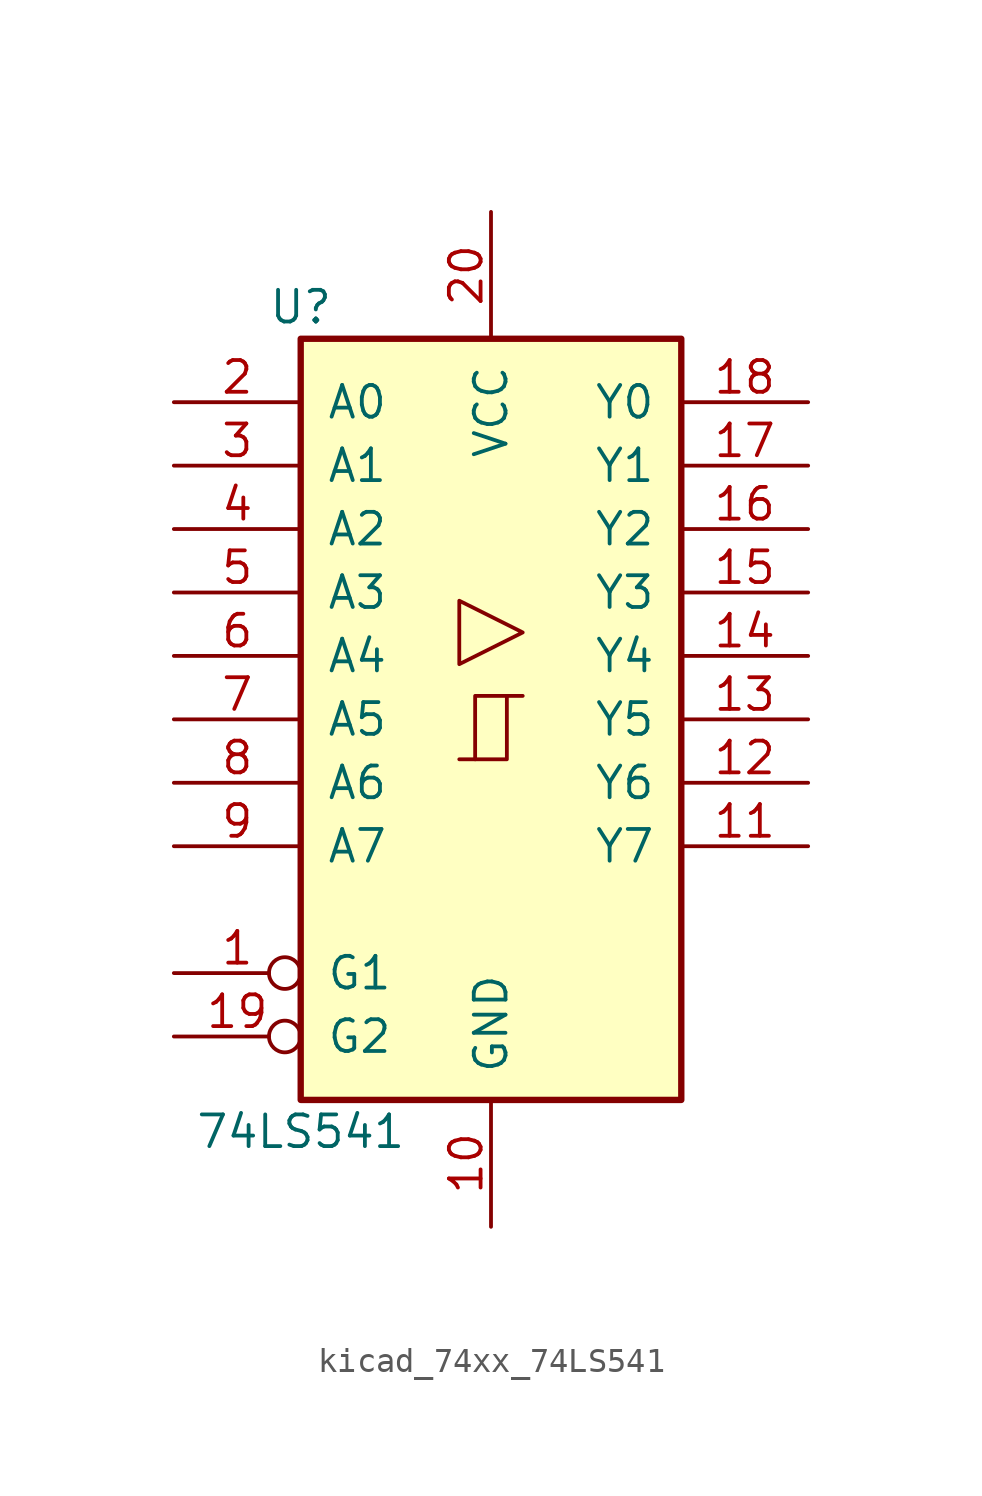
<source format=kicad_sym>
(kicad_symbol_lib
  (version 20220914)
  (generator kicad_symbol_editor)
  (symbol "kicad_74xx_74LS541"
    (pin_names
      (offset 1.016))
    (property "Reference" "U"
      (at -7.62 16.51 0)
      (effects (font (size 1.27 1.27))))
    (property "Value" "74LS541"
      (at -7.62 -16.51 0)
      (effects (font (size 1.27 1.27))))
    (property "ki_locked" ""
      (at 0 0 0)
      (effects (font (size 1.27 1.27))))
    (symbol "kicad_74xx_74LS541_1_0"
      (polyline (pts (xy -0.635 -1.6) (xy -0.635 0.94) (xy 0.635 0.94)) (stroke (width 0) (type default)) (fill (type none)))
      (polyline (pts (xy -1.27 -1.6) (xy 0.635 -1.6) (xy 0.635 0.94) (xy 1.27 0.94)) (stroke (width 0) (type default)) (fill (type none)))
      (polyline (pts (xy 1.27 3.48) (xy -1.27 4.75) (xy -1.27 2.21) (xy 1.27 3.48)) (stroke (width 0.152) (type default)) (fill (type none)))
      (pin input inverted (at -12.7 -10.16 0) (length 5.08) (name "G1" (effects (font (size 1.27 1.27)))) (number "1" (effects (font (size 1.27 1.27)))))
      (pin power_in line (at 0 -20.32 90) (length 5.08) (name "GND" (effects (font (size 1.27 1.27)))) (number "10" (effects (font (size 1.27 1.27)))))
      (pin tri_state line (at 12.7 -5.08 180) (length 5.08) (name "Y7" (effects (font (size 1.27 1.27)))) (number "11" (effects (font (size 1.27 1.27)))))
      (pin tri_state line (at 12.7 -2.54 180) (length 5.08) (name "Y6" (effects (font (size 1.27 1.27)))) (number "12" (effects (font (size 1.27 1.27)))))
      (pin tri_state line (at 12.7 0 180) (length 5.08) (name "Y5" (effects (font (size 1.27 1.27)))) (number "13" (effects (font (size 1.27 1.27)))))
      (pin tri_state line (at 12.7 2.54 180) (length 5.08) (name "Y4" (effects (font (size 1.27 1.27)))) (number "14" (effects (font (size 1.27 1.27)))))
      (pin tri_state line (at 12.7 5.08 180) (length 5.08) (name "Y3" (effects (font (size 1.27 1.27)))) (number "15" (effects (font (size 1.27 1.27)))))
      (pin tri_state line (at 12.7 7.62 180) (length 5.08) (name "Y2" (effects (font (size 1.27 1.27)))) (number "16" (effects (font (size 1.27 1.27)))))
      (pin tri_state line (at 12.7 10.16 180) (length 5.08) (name "Y1" (effects (font (size 1.27 1.27)))) (number "17" (effects (font (size 1.27 1.27)))))
      (pin tri_state line (at 12.7 12.7 180) (length 5.08) (name "Y0" (effects (font (size 1.27 1.27)))) (number "18" (effects (font (size 1.27 1.27)))))
      (pin input inverted (at -12.7 -12.7 0) (length 5.08) (name "G2" (effects (font (size 1.27 1.27)))) (number "19" (effects (font (size 1.27 1.27)))))
      (pin input line (at -12.7 12.7 0) (length 5.08) (name "A0" (effects (font (size 1.27 1.27)))) (number "2" (effects (font (size 1.27 1.27)))))
      (pin power_in line (at 0 20.32 270) (length 5.08) (name "VCC" (effects (font (size 1.27 1.27)))) (number "20" (effects (font (size 1.27 1.27)))))
      (pin input line (at -12.7 10.16 0) (length 5.08) (name "A1" (effects (font (size 1.27 1.27)))) (number "3" (effects (font (size 1.27 1.27)))))
      (pin input line (at -12.7 7.62 0) (length 5.08) (name "A2" (effects (font (size 1.27 1.27)))) (number "4" (effects (font (size 1.27 1.27)))))
      (pin input line (at -12.7 5.08 0) (length 5.08) (name "A3" (effects (font (size 1.27 1.27)))) (number "5" (effects (font (size 1.27 1.27)))))
      (pin input line (at -12.7 2.54 0) (length 5.08) (name "A4" (effects (font (size 1.27 1.27)))) (number "6" (effects (font (size 1.27 1.27)))))
      (pin input line (at -12.7 0 0) (length 5.08) (name "A5" (effects (font (size 1.27 1.27)))) (number "7" (effects (font (size 1.27 1.27)))))
      (pin input line (at -12.7 -2.54 0) (length 5.08) (name "A6" (effects (font (size 1.27 1.27)))) (number "8" (effects (font (size 1.27 1.27)))))
      (pin input line (at -12.7 -5.08 0) (length 5.08) (name "A7" (effects (font (size 1.27 1.27)))) (number "9" (effects (font (size 1.27 1.27))))))
    (symbol "kicad_74xx_74LS541_1_1"
      (rectangle (start -7.62 15.24) (end 7.62 -15.24) (stroke (width 0.254) (type default)) (fill (type background))))))
</source>
